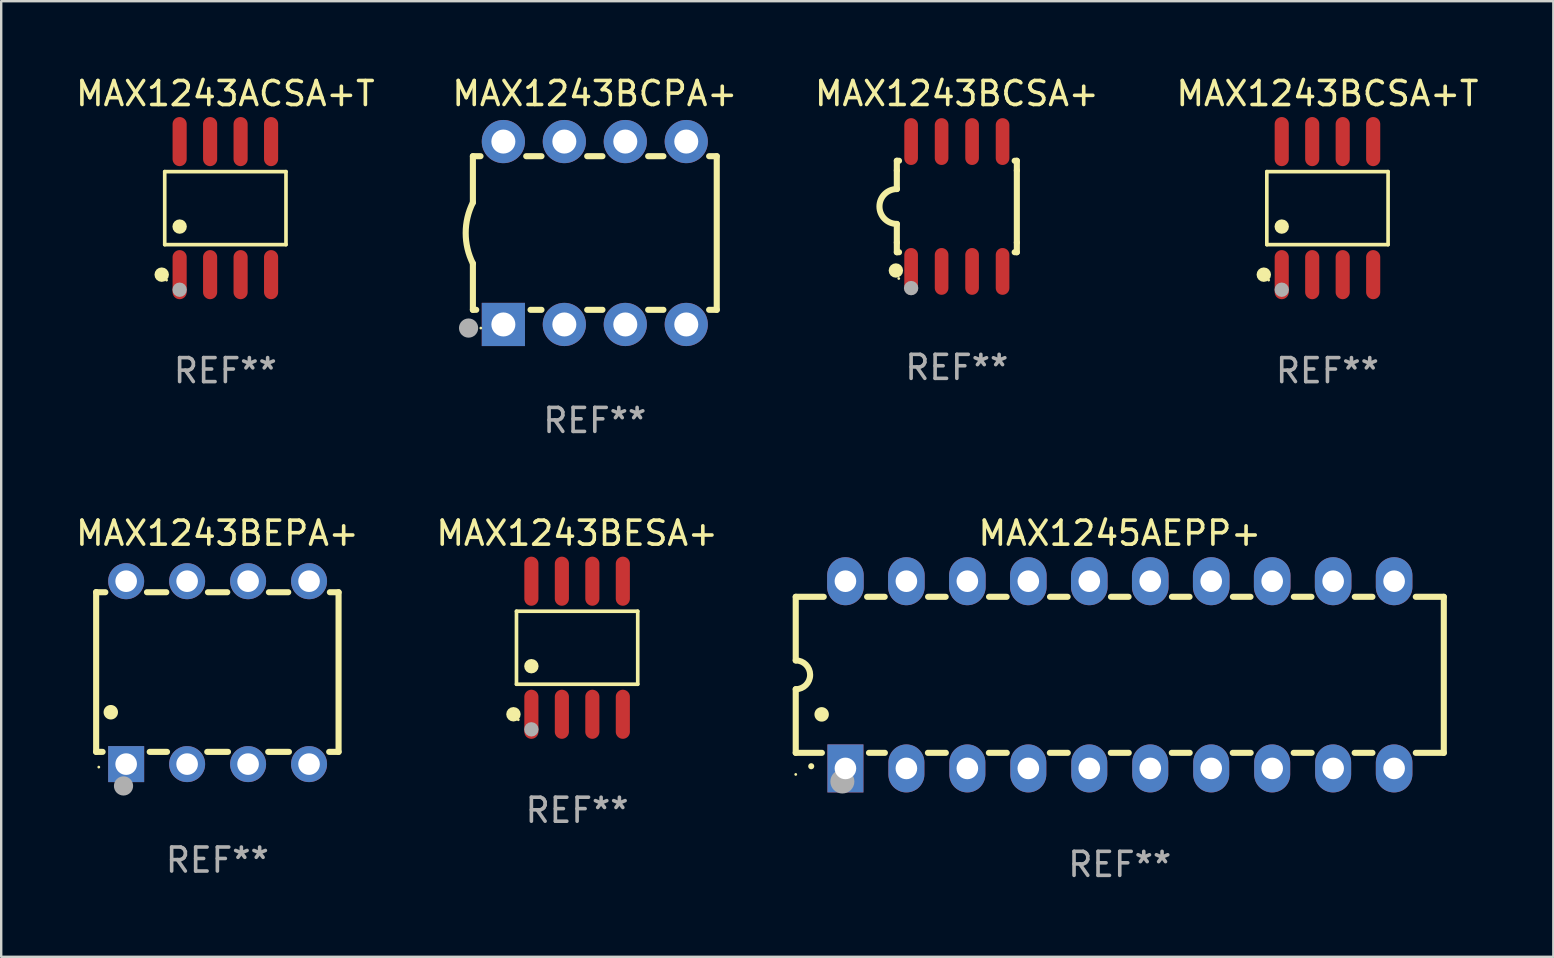
<source format=kicad_pcb>
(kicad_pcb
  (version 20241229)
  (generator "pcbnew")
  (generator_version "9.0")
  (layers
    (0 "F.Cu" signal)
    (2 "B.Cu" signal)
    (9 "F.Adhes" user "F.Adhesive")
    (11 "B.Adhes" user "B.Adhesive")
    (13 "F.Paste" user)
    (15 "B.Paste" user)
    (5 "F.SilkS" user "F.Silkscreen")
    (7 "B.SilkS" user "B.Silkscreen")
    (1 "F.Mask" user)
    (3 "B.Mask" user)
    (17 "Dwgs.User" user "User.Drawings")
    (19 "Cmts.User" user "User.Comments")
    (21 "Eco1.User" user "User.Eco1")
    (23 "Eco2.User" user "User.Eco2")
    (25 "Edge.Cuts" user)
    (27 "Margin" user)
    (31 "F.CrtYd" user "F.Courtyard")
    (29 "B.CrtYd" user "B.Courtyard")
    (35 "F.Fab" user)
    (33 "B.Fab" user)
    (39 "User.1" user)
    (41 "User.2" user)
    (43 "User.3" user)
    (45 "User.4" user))
  (footprint "MAX1243BESA+"
    (layer "F.Cu")
    (at 20.994 23.937)
    (property "Reference" "MAX1243BESA+" (at 0 -4.772 0) (layer "F.SilkS") (effects (font (size 1 1) (thickness 0.15))))
    (attr through_hole)
    (fp_line (start -2.526 -1.521) (end 2.526 -1.521) (stroke (width 0.152) (type solid)) (layer "F.SilkS"))
    (fp_line (start -2.526 1.521) (end -2.526 -1.521) (stroke (width 0.152) (type solid)) (layer "F.SilkS"))
    (fp_line (start 2.526 -1.521) (end 2.526 1.521) (stroke (width 0.152) (type solid)) (layer "F.SilkS"))
    (fp_line (start 2.526 1.521) (end -2.526 1.521) (stroke (width 0.152) (type solid)) (layer "F.SilkS"))
    (fp_circle (center -2.652 2.772) (end -2.501 2.772) (stroke (width 0.3) (type solid)) (fill no) (layer "F.SilkS"))
    (fp_circle (center -2.45 3) (end -2.42 3) (stroke (width 0.06) (type solid)) (fill no) (layer "F.SilkS"))
    (fp_circle (center -1.905 0.769) (end -1.755 0.769) (stroke (width 0.3) (type solid)) (fill no) (layer "F.SilkS"))
    (fp_circle (center -1.905 3.4) (end -1.755 3.4) (stroke (width 0.3) (type solid)) (fill no) (layer "F.Fab"))
    (fp_text user "REF**" (at 0 6.772 0) (layer "F.Fab") (effects (font (size 1 1) (thickness 0.15))))
    (pad "1" smd oval (at -1.905 2.772) (size 0.588 2.045) (layers "F.Cu" "F.Mask" "F.Paste"))
    (pad "2" smd oval (at -0.635 2.772) (size 0.588 2.045) (layers "F.Cu" "F.Mask" "F.Paste"))
    (pad "3" smd oval (at 0.635 2.772) (size 0.588 2.045) (layers "F.Cu" "F.Mask" "F.Paste"))
    (pad "4" smd oval (at 1.905 2.772) (size 0.588 2.045) (layers "F.Cu" "F.Mask" "F.Paste"))
    (pad "5" smd oval (at 1.905 -2.772) (size 0.588 2.045) (layers "F.Cu" "F.Mask" "F.Paste"))
    (pad "6" smd oval (at 0.635 -2.772) (size 0.588 2.045) (layers "F.Cu" "F.Mask" "F.Paste"))
    (pad "7" smd oval (at -0.635 -2.772) (size 0.588 2.045) (layers "F.Cu" "F.Mask" "F.Paste"))
    (pad "8" smd oval (at -1.905 -2.772) (size 0.588 2.045) (layers "F.Cu" "F.Mask" "F.Paste")))
  (footprint "MAX1243ACSA+T"
    (layer "F.Cu")
    (at 6.339 5.621)
    (property "Reference" "MAX1243ACSA+T" (at 0 -4.772 0) (layer "F.SilkS") (effects (font (size 1 1) (thickness 0.15))))
    (attr through_hole)
    (fp_line (start -2.526 -1.521) (end 2.526 -1.521) (stroke (width 0.152) (type solid)) (layer "F.SilkS"))
    (fp_line (start -2.526 1.521) (end -2.526 -1.521) (stroke (width 0.152) (type solid)) (layer "F.SilkS"))
    (fp_line (start 2.526 -1.521) (end 2.526 1.521) (stroke (width 0.152) (type solid)) (layer "F.SilkS"))
    (fp_line (start 2.526 1.521) (end -2.526 1.521) (stroke (width 0.152) (type solid)) (layer "F.SilkS"))
    (fp_circle (center -2.652 2.772) (end -2.501 2.772) (stroke (width 0.3) (type solid)) (fill no) (layer "F.SilkS"))
    (fp_circle (center -2.45 3) (end -2.42 3) (stroke (width 0.06) (type solid)) (fill no) (layer "F.SilkS"))
    (fp_circle (center -1.905 0.769) (end -1.755 0.769) (stroke (width 0.3) (type solid)) (fill no) (layer "F.SilkS"))
    (fp_circle (center -1.905 3.4) (end -1.755 3.4) (stroke (width 0.3) (type solid)) (fill no) (layer "F.Fab"))
    (fp_text user "REF**" (at 0 6.772 0) (layer "F.Fab") (effects (font (size 1 1) (thickness 0.15))))
    (pad "1" smd oval (at -1.905 2.772) (size 0.588 2.045) (layers "F.Cu" "F.Mask" "F.Paste"))
    (pad "2" smd oval (at -0.635 2.772) (size 0.588 2.045) (layers "F.Cu" "F.Mask" "F.Paste"))
    (pad "3" smd oval (at 0.635 2.772) (size 0.588 2.045) (layers "F.Cu" "F.Mask" "F.Paste"))
    (pad "4" smd oval (at 1.905 2.772) (size 0.588 2.045) (layers "F.Cu" "F.Mask" "F.Paste"))
    (pad "5" smd oval (at 1.905 -2.772) (size 0.588 2.045) (layers "F.Cu" "F.Mask" "F.Paste"))
    (pad "6" smd oval (at 0.635 -2.772) (size 0.588 2.045) (layers "F.Cu" "F.Mask" "F.Paste"))
    (pad "7" smd oval (at -0.635 -2.772) (size 0.588 2.045) (layers "F.Cu" "F.Mask" "F.Paste"))
    (pad "8" smd oval (at -1.905 -2.772) (size 0.588 2.045) (layers "F.Cu" "F.Mask" "F.Paste")))
  (footprint "MAX1243BEPA+"
    (layer "F.Cu")
    (at 6.006 24.975)
    (property "Reference" "MAX1243BEPA+" (at 0 -5.81 0) (layer "F.SilkS") (effects (font (size 1 1) (thickness 0.15))))
    (attr through_hole)
    (fp_line (start -5.05 -3.36) (end -5.05 3.3) (stroke (width 0.254) (type solid)) (layer "F.SilkS"))
    (fp_line (start -5.05 3.3) (end -4.781 3.3) (stroke (width 0.254) (type solid)) (layer "F.SilkS"))
    (fp_line (start -4.667 -3.351) (end -5.05 -3.351) (stroke (width 0.254) (type solid)) (layer "F.SilkS"))
    (fp_line (start -2.819 3.3) (end -2.098 3.3) (stroke (width 0.254) (type solid)) (layer "F.SilkS"))
    (fp_line (start -2.127 -3.351) (end -2.933 -3.351) (stroke (width 0.254) (type solid)) (layer "F.SilkS"))
    (fp_line (start -0.422 3.3) (end 0.442 3.3) (stroke (width 0.254) (type solid)) (layer "F.SilkS"))
    (fp_line (start 0.413 -3.351) (end -0.393 -3.351) (stroke (width 0.254) (type solid)) (layer "F.SilkS"))
    (fp_line (start 2.118 3.3) (end 2.982 3.3) (stroke (width 0.254) (type solid)) (layer "F.SilkS"))
    (fp_line (start 2.953 -3.351) (end 2.147 -3.351) (stroke (width 0.254) (type solid)) (layer "F.SilkS"))
    (fp_line (start 4.658 3.3) (end 5.05 3.3) (stroke (width 0.254) (type solid)) (layer "F.SilkS"))
    (fp_line (start 5.05 -3.351) (end 4.687 -3.351) (stroke (width 0.254) (type solid)) (layer "F.SilkS"))
    (fp_line (start 5.05 3.3) (end 5.05 -3.351) (stroke (width 0.254) (type solid)) (layer "F.SilkS"))
    (fp_arc (start -4.440094 1.651003) (mid -4.440105 1.648463) (end -4.440094 1.645923) (stroke (width 0.6) (type solid)) (layer "F.SilkS"))
    (fp_circle (center -4.94 3.935) (end -4.91 3.935) (stroke (width 0.06) (type solid)) (fill no) (layer "F.SilkS"))
    (fp_circle (center -3.91 4.72) (end -3.71 4.72) (stroke (width 0.4) (type solid)) (fill no) (layer "F.Fab"))
    (fp_text user "REF**" (at 0 7.81 0) (layer "F.Fab") (effects (font (size 1 1) (thickness 0.15))))
    (pad "1" thru_hole rect (at -3.8 3.81) (size 1.5 1.5) (drill 0.9) (layers "*.Cu" "*.Mask"))
    (pad "2" thru_hole circle (at -1.26 3.81) (size 1.5 1.5) (drill 0.9) (layers "*.Cu" "*.Mask"))
    (pad "3" thru_hole circle (at 1.28 3.81) (size 1.5 1.5) (drill 0.9) (layers "*.Cu" "*.Mask"))
    (pad "4" thru_hole circle (at 3.82 3.81) (size 1.5 1.5) (drill 0.9) (layers "*.Cu" "*.Mask"))
    (pad "5" thru_hole circle (at 3.82 -3.81) (size 1.5 1.5) (drill 0.9) (layers "*.Cu" "*.Mask"))
    (pad "6" thru_hole circle (at 1.28 -3.81) (size 1.5 1.5) (drill 0.9) (layers "*.Cu" "*.Mask"))
    (pad "7" thru_hole circle (at -1.26 -3.81) (size 1.5 1.5) (drill 0.9) (layers "*.Cu" "*.Mask"))
    (pad "8" thru_hole circle (at -3.8 -3.81) (size 1.5 1.5) (drill 0.9) (layers "*.Cu" "*.Mask")))
  (footprint "MAX1243BCSA+T"
    (layer "F.Cu")
    (at 52.256 5.621)
    (property "Reference" "MAX1243BCSA+T" (at 0 -4.772 0) (layer "F.SilkS") (effects (font (size 1 1) (thickness 0.15))))
    (attr through_hole)
    (fp_line (start -2.526 -1.521) (end 2.526 -1.521) (stroke (width 0.152) (type solid)) (layer "F.SilkS"))
    (fp_line (start -2.526 1.521) (end -2.526 -1.521) (stroke (width 0.152) (type solid)) (layer "F.SilkS"))
    (fp_line (start 2.526 -1.521) (end 2.526 1.521) (stroke (width 0.152) (type solid)) (layer "F.SilkS"))
    (fp_line (start 2.526 1.521) (end -2.526 1.521) (stroke (width 0.152) (type solid)) (layer "F.SilkS"))
    (fp_circle (center -2.652 2.772) (end -2.501 2.772) (stroke (width 0.3) (type solid)) (fill no) (layer "F.SilkS"))
    (fp_circle (center -2.45 3) (end -2.42 3) (stroke (width 0.06) (type solid)) (fill no) (layer "F.SilkS"))
    (fp_circle (center -1.905 0.769) (end -1.755 0.769) (stroke (width 0.3) (type solid)) (fill no) (layer "F.SilkS"))
    (fp_circle (center -1.905 3.4) (end -1.755 3.4) (stroke (width 0.3) (type solid)) (fill no) (layer "F.Fab"))
    (fp_text user "REF**" (at 0 6.772 0) (layer "F.Fab") (effects (font (size 1 1) (thickness 0.15))))
    (pad "1" smd oval (at -1.905 2.772) (size 0.588 2.045) (layers "F.Cu" "F.Mask" "F.Paste"))
    (pad "2" smd oval (at -0.635 2.772) (size 0.588 2.045) (layers "F.Cu" "F.Mask" "F.Paste"))
    (pad "3" smd oval (at 0.635 2.772) (size 0.588 2.045) (layers "F.Cu" "F.Mask" "F.Paste"))
    (pad "4" smd oval (at 1.905 2.772) (size 0.588 2.045) (layers "F.Cu" "F.Mask" "F.Paste"))
    (pad "5" smd oval (at 1.905 -2.772) (size 0.588 2.045) (layers "F.Cu" "F.Mask" "F.Paste"))
    (pad "6" smd oval (at 0.635 -2.772) (size 0.588 2.045) (layers "F.Cu" "F.Mask" "F.Paste"))
    (pad "7" smd oval (at -0.635 -2.772) (size 0.588 2.045) (layers "F.Cu" "F.Mask" "F.Paste"))
    (pad "8" smd oval (at -1.905 -2.772) (size 0.588 2.045) (layers "F.Cu" "F.Mask" "F.Paste")))
  (footprint "MAX1243BCPA+"
    (layer "F.Cu")
    (at 21.732 6.658)
    (property "Reference" "MAX1243BCPA+" (at 0 -5.81 0) (layer "F.SilkS") (effects (font (size 1 1) (thickness 0.15))))
    (attr through_hole)
    (fp_line (start -5.08 -3.2) (end -4.762 -3.2) (stroke (width 0.254) (type solid)) (layer "F.SilkS"))
    (fp_line (start -5.08 -1.27) (end -5.08 -3.2) (stroke (width 0.254) (type solid)) (layer "F.SilkS"))
    (fp_line (start -5.08 3.2) (end -5.08 1.27) (stroke (width 0.254) (type solid)) (layer "F.SilkS"))
    (fp_line (start -5.08 3.2) (end -4.941 3.2) (stroke (width 0.254) (type solid)) (layer "F.SilkS"))
    (fp_line (start -2.858 -3.2) (end -2.222 -3.2) (stroke (width 0.254) (type solid)) (layer "F.SilkS"))
    (fp_line (start -2.679 3.2) (end -2.222 3.2) (stroke (width 0.254) (type solid)) (layer "F.SilkS"))
    (fp_line (start -0.318 -3.2) (end 0.318 -3.2) (stroke (width 0.254) (type solid)) (layer "F.SilkS"))
    (fp_line (start -0.318 3.2) (end 0.318 3.2) (stroke (width 0.254) (type solid)) (layer "F.SilkS"))
    (fp_line (start 2.222 -3.2) (end 2.858 -3.2) (stroke (width 0.254) (type solid)) (layer "F.SilkS"))
    (fp_line (start 2.222 3.2) (end 2.858 3.2) (stroke (width 0.254) (type solid)) (layer "F.SilkS"))
    (fp_line (start 4.762 -3.2) (end 5.08 -3.2) (stroke (width 0.254) (type solid)) (layer "F.SilkS"))
    (fp_line (start 4.762 3.2) (end 5.08 3.2) (stroke (width 0.254) (type solid)) (layer "F.SilkS"))
    (fp_line (start 5.08 3.2) (end 5.08 -3.2) (stroke (width 0.254) (type solid)) (layer "F.SilkS"))
    (fp_arc (start -5.080011 1.270002) (mid -5.379818 -0.000001) (end -5.08001 -1.270003) (stroke (width 0.254001) (type solid)) (layer "F.SilkS"))
    (fp_circle (center -4.75 3.96) (end -4.72 3.96) (stroke (width 0.06) (type solid)) (fill no) (layer "F.SilkS"))
    (fp_circle (center -5.26 3.96) (end -5.06 3.96) (stroke (width 0.4) (type solid)) (fill no) (layer "F.Fab"))
    (fp_text user "REF**" (at 0 7.81 0) (layer "F.Fab") (effects (font (size 1 1) (thickness 0.15))))
    (pad "1" thru_hole rect (at -3.81 3.81) (size 1.8 1.8) (drill 1) (layers "*.Cu" "*.Mask"))
    (pad "2" thru_hole circle (at -1.27 3.81) (size 1.8 1.8) (drill 1) (layers "*.Cu" "*.Mask"))
    (pad "3" thru_hole circle (at 1.27 3.81) (size 1.8 1.8) (drill 1) (layers "*.Cu" "*.Mask"))
    (pad "4" thru_hole circle (at 3.81 3.81) (size 1.8 1.8) (drill 1) (layers "*.Cu" "*.Mask"))
    (pad "5" thru_hole circle (at 3.81 -3.81) (size 1.8 1.8) (drill 1) (layers "*.Cu" "*.Mask"))
    (pad "6" thru_hole circle (at 1.27 -3.81) (size 1.8 1.8) (drill 1) (layers "*.Cu" "*.Mask"))
    (pad "7" thru_hole circle (at -1.27 -3.81) (size 1.8 1.8) (drill 1) (layers "*.Cu" "*.Mask"))
    (pad "8" thru_hole circle (at -3.81 -3.81) (size 1.8 1.8) (drill 1) (layers "*.Cu" "*.Mask")))
  (footprint "MAX1243BCSA+"
    (layer "F.Cu")
    (at 36.815 5.553)
    (property "Reference" "MAX1243BCSA+" (at 0 -4.705 0) (layer "F.SilkS") (effects (font (size 1 1) (thickness 0.15))))
    (attr through_hole)
    (fp_line (start -2.5 -1.905) (end -2.409 -1.905) (stroke (width 0.254) (type solid)) (layer "F.SilkS"))
    (fp_line (start -2.5 -1.5) (end -2.5 -1.905) (stroke (width 0.254) (type solid)) (layer "F.SilkS"))
    (fp_line (start -2.5 -1.5) (end -2.5 -0.726) (stroke (width 0.254) (type solid)) (layer "F.SilkS"))
    (fp_line (start -2.5 1.5) (end -2.5 0.727) (stroke (width 0.254) (type solid)) (layer "F.SilkS"))
    (fp_line (start -2.5 1.5) (end -2.5 1.905) (stroke (width 0.254) (type solid)) (layer "F.SilkS"))
    (fp_line (start -2.5 1.905) (end -2.409 1.905) (stroke (width 0.254) (type solid)) (layer "F.SilkS"))
    (fp_line (start 2.5 -1.905) (end 2.409 -1.905) (stroke (width 0.254) (type solid)) (layer "F.SilkS"))
    (fp_line (start 2.5 -1.5) (end 2.5 -1.905) (stroke (width 0.254) (type solid)) (layer "F.SilkS"))
    (fp_line (start 2.5 -1.5) (end 2.5 1.5) (stroke (width 0.254) (type solid)) (layer "F.SilkS"))
    (fp_line (start 2.5 1.5) (end 2.5 1.905) (stroke (width 0.254) (type solid)) (layer "F.SilkS"))
    (fp_line (start 2.5 1.905) (end 2.409 1.905) (stroke (width 0.254) (type solid)) (layer "F.SilkS"))
    (fp_arc (start -2.5 0.726568) (mid -3.220316 -0.0023) (end -2.495097 -0.726289) (stroke (width 0.254001) (type solid)) (layer "F.SilkS"))
    (fp_circle (center -2.54 2.667) (end -2.39 2.667) (stroke (width 0.3) (type solid)) (fill no) (layer "F.SilkS"))
    (fp_circle (center -2.42 3) (end -2.39 3) (stroke (width 0.06) (type solid)) (fill no) (layer "F.SilkS"))
    (fp_circle (center -1.905 3.4) (end -1.755 3.4) (stroke (width 0.3) (type solid)) (fill no) (layer "F.Fab"))
    (fp_text user "REF**" (at 0 6.705 0) (layer "F.Fab") (effects (font (size 1 1) (thickness 0.15))))
    (pad "1" smd oval (at -1.905 2.705) (size 0.568 1.95) (layers "F.Cu" "F.Mask" "F.Paste"))
    (pad "2" smd oval (at -0.635 2.705) (size 0.568 1.95) (layers "F.Cu" "F.Mask" "F.Paste"))
    (pad "3" smd oval (at 0.635 2.705) (size 0.568 1.95) (layers "F.Cu" "F.Mask" "F.Paste"))
    (pad "4" smd oval (at 1.905 2.705) (size 0.568 1.95) (layers "F.Cu" "F.Mask" "F.Paste"))
    (pad "5" smd oval (at 1.905 -2.705) (size 0.568 1.95) (layers "F.Cu" "F.Mask" "F.Paste"))
    (pad "6" smd oval (at 0.635 -2.705) (size 0.568 1.95) (layers "F.Cu" "F.Mask" "F.Paste"))
    (pad "7" smd oval (at -0.635 -2.705) (size 0.568 1.95) (layers "F.Cu" "F.Mask" "F.Paste"))
    (pad "8" smd oval (at -1.905 -2.705) (size 0.568 1.95) (layers "F.Cu" "F.Mask" "F.Paste")))
  (footprint "MAX1245AEPP+"
    (layer "F.Cu")
    (at 43.603 25.065)
    (property "Reference" "MAX1245AEPP+" (at 0 -5.9 0) (layer "F.SilkS") (effects (font (size 1 1) (thickness 0.15))))
    (attr through_hole)
    (fp_line (start -13.5 -3.25) (end -12.333 -3.25) (stroke (width 0.254) (type solid)) (layer "F.SilkS"))
    (fp_line (start -13.5 -0.6) (end -13.5 -3.25) (stroke (width 0.254) (type solid)) (layer "F.SilkS"))
    (fp_line (start -13.5 3.25) (end -13.5 0.6) (stroke (width 0.254) (type solid)) (layer "F.SilkS"))
    (fp_line (start -13.5 3.25) (end -12.411 3.25) (stroke (width 0.254) (type solid)) (layer "F.SilkS"))
    (fp_line (start -10.527 -3.25) (end -9.793 -3.25) (stroke (width 0.254) (type solid)) (layer "F.SilkS"))
    (fp_line (start -10.449 3.25) (end -9.786 3.25) (stroke (width 0.254) (type solid)) (layer "F.SilkS"))
    (fp_line (start -7.994 3.25) (end -7.246 3.25) (stroke (width 0.254) (type solid)) (layer "F.SilkS"))
    (fp_line (start -7.987 -3.25) (end -7.253 -3.25) (stroke (width 0.254) (type solid)) (layer "F.SilkS"))
    (fp_line (start -5.454 3.25) (end -4.706 3.25) (stroke (width 0.254) (type solid)) (layer "F.SilkS"))
    (fp_line (start -5.447 -3.25) (end -4.713 -3.25) (stroke (width 0.254) (type solid)) (layer "F.SilkS"))
    (fp_line (start -2.914 3.25) (end -2.166 3.25) (stroke (width 0.254) (type solid)) (layer "F.SilkS"))
    (fp_line (start -2.907 -3.25) (end -2.173 -3.25) (stroke (width 0.254) (type solid)) (layer "F.SilkS"))
    (fp_line (start -0.374 3.25) (end 0.374 3.25) (stroke (width 0.254) (type solid)) (layer "F.SilkS"))
    (fp_line (start -0.367 -3.25) (end 0.367 -3.25) (stroke (width 0.254) (type solid)) (layer "F.SilkS"))
    (fp_line (start 2.166 3.25) (end 2.914 3.25) (stroke (width 0.254) (type solid)) (layer "F.SilkS"))
    (fp_line (start 2.173 -3.25) (end 2.907 -3.25) (stroke (width 0.254) (type solid)) (layer "F.SilkS"))
    (fp_line (start 4.706 3.25) (end 5.454 3.25) (stroke (width 0.254) (type solid)) (layer "F.SilkS"))
    (fp_line (start 4.713 -3.25) (end 5.447 -3.25) (stroke (width 0.254) (type solid)) (layer "F.SilkS"))
    (fp_line (start 7.246 3.25) (end 7.994 3.25) (stroke (width 0.254) (type solid)) (layer "F.SilkS"))
    (fp_line (start 7.253 -3.25) (end 7.987 -3.25) (stroke (width 0.254) (type solid)) (layer "F.SilkS"))
    (fp_line (start 9.786 3.25) (end 10.527 3.25) (stroke (width 0.254) (type solid)) (layer "F.SilkS"))
    (fp_line (start 9.793 -3.25) (end 10.527 -3.25) (stroke (width 0.254) (type solid)) (layer "F.SilkS"))
    (fp_line (start 12.333 -3.25) (end 13.5 -3.25) (stroke (width 0.254) (type solid)) (layer "F.SilkS"))
    (fp_line (start 12.333 3.25) (end 13.5 3.25) (stroke (width 0.254) (type solid)) (layer "F.SilkS"))
    (fp_line (start 13.5 -3.25) (end 13.5 3.25) (stroke (width 0.254) (type solid)) (layer "F.SilkS"))
    (fp_arc (start -13.500127 -0.599442) (mid -12.900406 0.000228) (end -13.500025 0.6) (stroke (width 0.254001) (type solid)) (layer "F.SilkS"))
    (fp_arc (start -12.854966 3.810008) (mid -12.854973 3.808738) (end -12.854966 3.807468) (stroke (width 0.25) (type solid)) (layer "F.SilkS"))
    (fp_arc (start -12.420625 1.651003) (mid -12.420636 1.648463) (end -12.420625 1.645923) (stroke (width 0.6) (type solid)) (layer "F.SilkS"))
    (fp_circle (center -13.5 4.15) (end -13.47 4.15) (stroke (width 0.06) (type solid)) (fill no) (layer "F.SilkS"))
    (fp_circle (center -11.557 4.445) (end -11.307 4.445) (stroke (width 0.5) (type solid)) (fill no) (layer "F.Fab"))
    (fp_text user "REF**" (at 0 7.9 0) (layer "F.Fab") (effects (font (size 1 1) (thickness 0.15))))
    (pad "1" thru_hole rect (at -11.43 3.9 90) (size 2 1.5) (drill 0.9) (layers "*.Cu" "*.Mask"))
    (pad "2" thru_hole oval (at -8.89 3.9 90) (size 2 1.5) (drill 0.9) (layers "*.Cu" "*.Mask"))
    (pad "3" thru_hole oval (at -6.35 3.9 90) (size 2 1.5) (drill 0.9) (layers "*.Cu" "*.Mask"))
    (pad "4" thru_hole oval (at -3.81 3.9 90) (size 2 1.5) (drill 0.9) (layers "*.Cu" "*.Mask"))
    (pad "5" thru_hole oval (at -1.27 3.9 90) (size 2 1.5) (drill 0.9) (layers "*.Cu" "*.Mask"))
    (pad "6" thru_hole oval (at 1.27 3.9 90) (size 2 1.5) (drill 0.9) (layers "*.Cu" "*.Mask"))
    (pad "7" thru_hole oval (at 3.81 3.9 90) (size 2 1.5) (drill 0.9) (layers "*.Cu" "*.Mask"))
    (pad "8" thru_hole oval (at 6.35 3.9 90) (size 2 1.5) (drill 0.9) (layers "*.Cu" "*.Mask"))
    (pad "9" thru_hole oval (at 8.89 3.9 90) (size 2 1.5) (drill 0.9) (layers "*.Cu" "*.Mask"))
    (pad "10" thru_hole oval (at 11.43 3.9 90) (size 2 1.524) (drill 0.9) (layers "*.Cu" "*.Mask"))
    (pad "11" thru_hole oval (at 11.43 -3.9 90) (size 2 1.524) (drill 0.9) (layers "*.Cu" "*.Mask"))
    (pad "12" thru_hole oval (at 8.89 -3.9 90) (size 2 1.524) (drill 0.9) (layers "*.Cu" "*.Mask"))
    (pad "13" thru_hole oval (at 6.35 -3.9 90) (size 2 1.524) (drill 0.9) (layers "*.Cu" "*.Mask"))
    (pad "14" thru_hole oval (at 3.81 -3.9 90) (size 2 1.524) (drill 0.9) (layers "*.Cu" "*.Mask"))
    (pad "15" thru_hole oval (at 1.27 -3.9 90) (size 2 1.524) (drill 0.9) (layers "*.Cu" "*.Mask"))
    (pad "16" thru_hole oval (at -1.27 -3.9 90) (size 2 1.524) (drill 0.9) (layers "*.Cu" "*.Mask"))
    (pad "17" thru_hole oval (at -3.81 -3.9 90) (size 2 1.524) (drill 0.9) (layers "*.Cu" "*.Mask"))
    (pad "18" thru_hole oval (at -6.35 -3.9 90) (size 2 1.524) (drill 0.9) (layers "*.Cu" "*.Mask"))
    (pad "19" thru_hole oval (at -8.89 -3.9 90) (size 2 1.524) (drill 0.9) (layers "*.Cu" "*.Mask"))
    (pad "20" thru_hole oval (at -11.43 -3.9 90) (size 2 1.524) (drill 0.9) (layers "*.Cu" "*.Mask")))
  (gr_rect
    (start -3 -3)
    (end 61.667 36.813)
    (stroke (width 0.1) (type default))
    (fill no)
    (layer "Edge.Cuts")))
</source>
